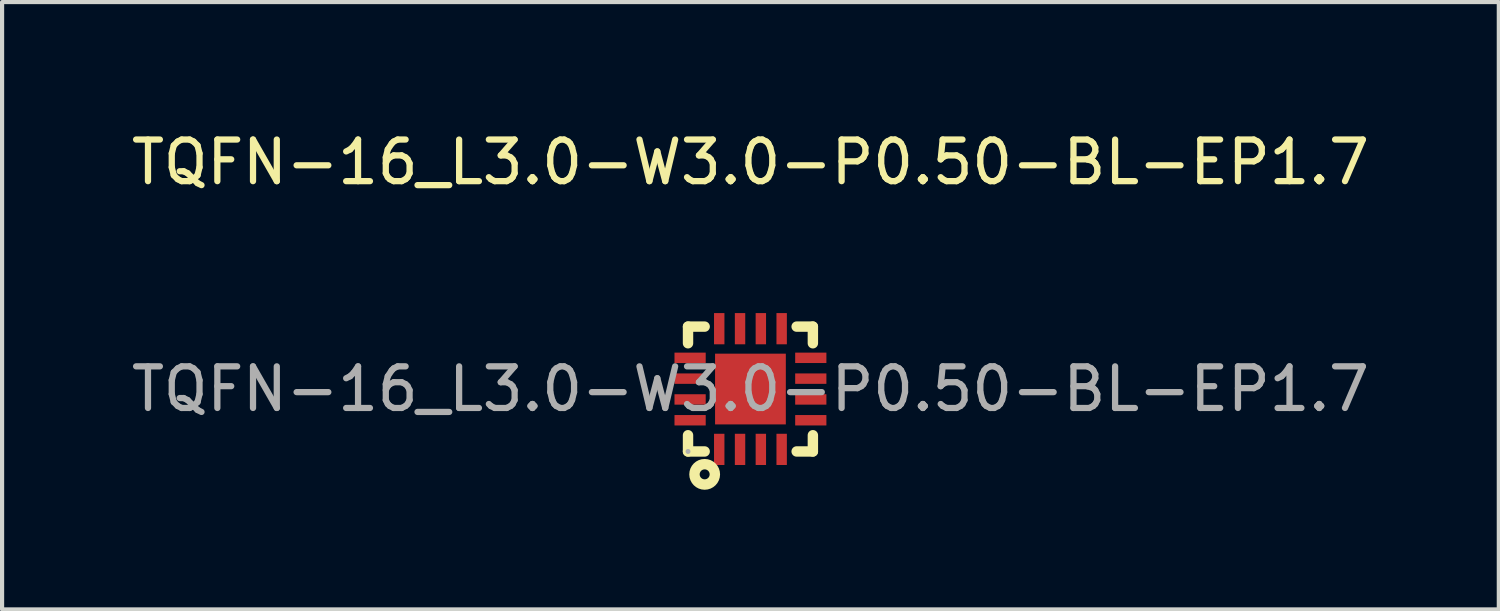
<source format=kicad_pcb>
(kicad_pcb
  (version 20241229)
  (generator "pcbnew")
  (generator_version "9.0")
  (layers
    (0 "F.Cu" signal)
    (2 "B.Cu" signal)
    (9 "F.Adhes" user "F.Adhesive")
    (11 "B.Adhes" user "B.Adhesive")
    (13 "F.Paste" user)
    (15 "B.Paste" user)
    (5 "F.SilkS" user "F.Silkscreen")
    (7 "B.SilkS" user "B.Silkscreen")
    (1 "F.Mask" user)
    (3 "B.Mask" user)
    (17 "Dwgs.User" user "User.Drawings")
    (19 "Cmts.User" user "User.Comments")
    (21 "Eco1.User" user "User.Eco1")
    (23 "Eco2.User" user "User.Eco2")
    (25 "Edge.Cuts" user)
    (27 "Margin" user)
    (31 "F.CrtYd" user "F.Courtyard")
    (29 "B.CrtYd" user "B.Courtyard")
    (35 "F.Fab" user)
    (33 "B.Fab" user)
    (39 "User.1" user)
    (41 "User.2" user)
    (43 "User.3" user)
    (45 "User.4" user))
  (footprint "TQFN-16_L3.0-W3.0-P0.50-BL-EP1.7"
    (layer "F.Cu")
    (at 14.982 6.298)
    (property "Reference" "TQFN-16_L3.0-W3.0-P0.50-BL-EP1.7" (at 0 -5.45 0) (layer "F.SilkS") (effects (font (size 1 1) (thickness 0.15))))
    (attr smd)
    (fp_line (start -1.5 -1.5) (end -1.5 -1.1) (stroke (width 0.25) (type solid)) (layer "F.SilkS"))
    (fp_line (start -1.5 -1.5) (end -1.1 -1.5) (stroke (width 0.25) (type solid)) (layer "F.SilkS"))
    (fp_line (start -1.5 1.11) (end -1.5 1.5) (stroke (width 0.25) (type solid)) (layer "F.SilkS"))
    (fp_line (start -1.5 1.5) (end -1.1 1.5) (stroke (width 0.25) (type solid)) (layer "F.SilkS"))
    (fp_line (start 1.11 -1.5) (end 1.5 -1.5) (stroke (width 0.25) (type solid)) (layer "F.SilkS"))
    (fp_line (start 1.11 1.5) (end 1.5 1.5) (stroke (width 0.25) (type solid)) (layer "F.SilkS"))
    (fp_line (start 1.5 -1.1) (end 1.5 -1.5) (stroke (width 0.25) (type solid)) (layer "F.SilkS"))
    (fp_line (start 1.5 1.5) (end 1.5 1.11) (stroke (width 0.25) (type solid)) (layer "F.SilkS"))
    (fp_circle (center -1.1 2.05) (end -0.98 2.05) (stroke (width 0.25) (type solid)) (fill no) (layer "F.SilkS"))
    (fp_circle (center -1.5 1.5) (end -1.47 1.5) (stroke (width 0.06) (type solid)) (fill no) (layer "F.Fab"))
    (fp_text user "${REFERENCE}" (at 0 0 0) (layer "F.Fab") (effects (font (size 1 1) (thickness 0.15))))
    (pad "1" smd rect (at -0.75 1.45) (size 0.25 0.75) (layers "F.Cu" "F.Mask" "F.Paste"))
    (pad "2" smd rect (at -0.25 1.45) (size 0.25 0.75) (layers "F.Cu" "F.Mask" "F.Paste"))
    (pad "3" smd rect (at 0.25 1.45) (size 0.25 0.75) (layers "F.Cu" "F.Mask" "F.Paste"))
    (pad "4" smd rect (at 0.75 1.45) (size 0.25 0.75) (layers "F.Cu" "F.Mask" "F.Paste"))
    (pad "5" smd rect (at 1.45 0.75) (size 0.75 0.25) (layers "F.Cu" "F.Mask" "F.Paste"))
    (pad "6" smd rect (at 1.45 0.25) (size 0.75 0.25) (layers "F.Cu" "F.Mask" "F.Paste"))
    (pad "7" smd rect (at 1.45 -0.25) (size 0.75 0.25) (layers "F.Cu" "F.Mask" "F.Paste"))
    (pad "8" smd rect (at 1.45 -0.75) (size 0.75 0.25) (layers "F.Cu" "F.Mask" "F.Paste"))
    (pad "9" smd rect (at 0.75 -1.45) (size 0.25 0.75) (layers "F.Cu" "F.Mask" "F.Paste"))
    (pad "10" smd rect (at 0.25 -1.45) (size 0.25 0.75) (layers "F.Cu" "F.Mask" "F.Paste"))
    (pad "11" smd rect (at -0.25 -1.45) (size 0.25 0.75) (layers "F.Cu" "F.Mask" "F.Paste"))
    (pad "12" smd rect (at -0.75 -1.45) (size 0.25 0.75) (layers "F.Cu" "F.Mask" "F.Paste"))
    (pad "13" smd rect (at -1.45 -0.75) (size 0.75 0.25) (layers "F.Cu" "F.Mask" "F.Paste"))
    (pad "14" smd rect (at -1.45 -0.25) (size 0.75 0.25) (layers "F.Cu" "F.Mask" "F.Paste"))
    (pad "15" smd rect (at -1.45 0.25) (size 0.75 0.25) (layers "F.Cu" "F.Mask" "F.Paste"))
    (pad "16" smd rect (at -1.45 0.75) (size 0.75 0.25) (layers "F.Cu" "F.Mask" "F.Paste"))
    (pad "17" smd rect (at 0 0) (size 1.7 1.7) (layers "F.Cu" "F.Mask" "F.Paste")))
  (gr_rect
    (start -3 -3)
    (end 32.964 11.593)
    (stroke (width 0.1) (type default))
    (fill no)
    (layer "Edge.Cuts")))
</source>
